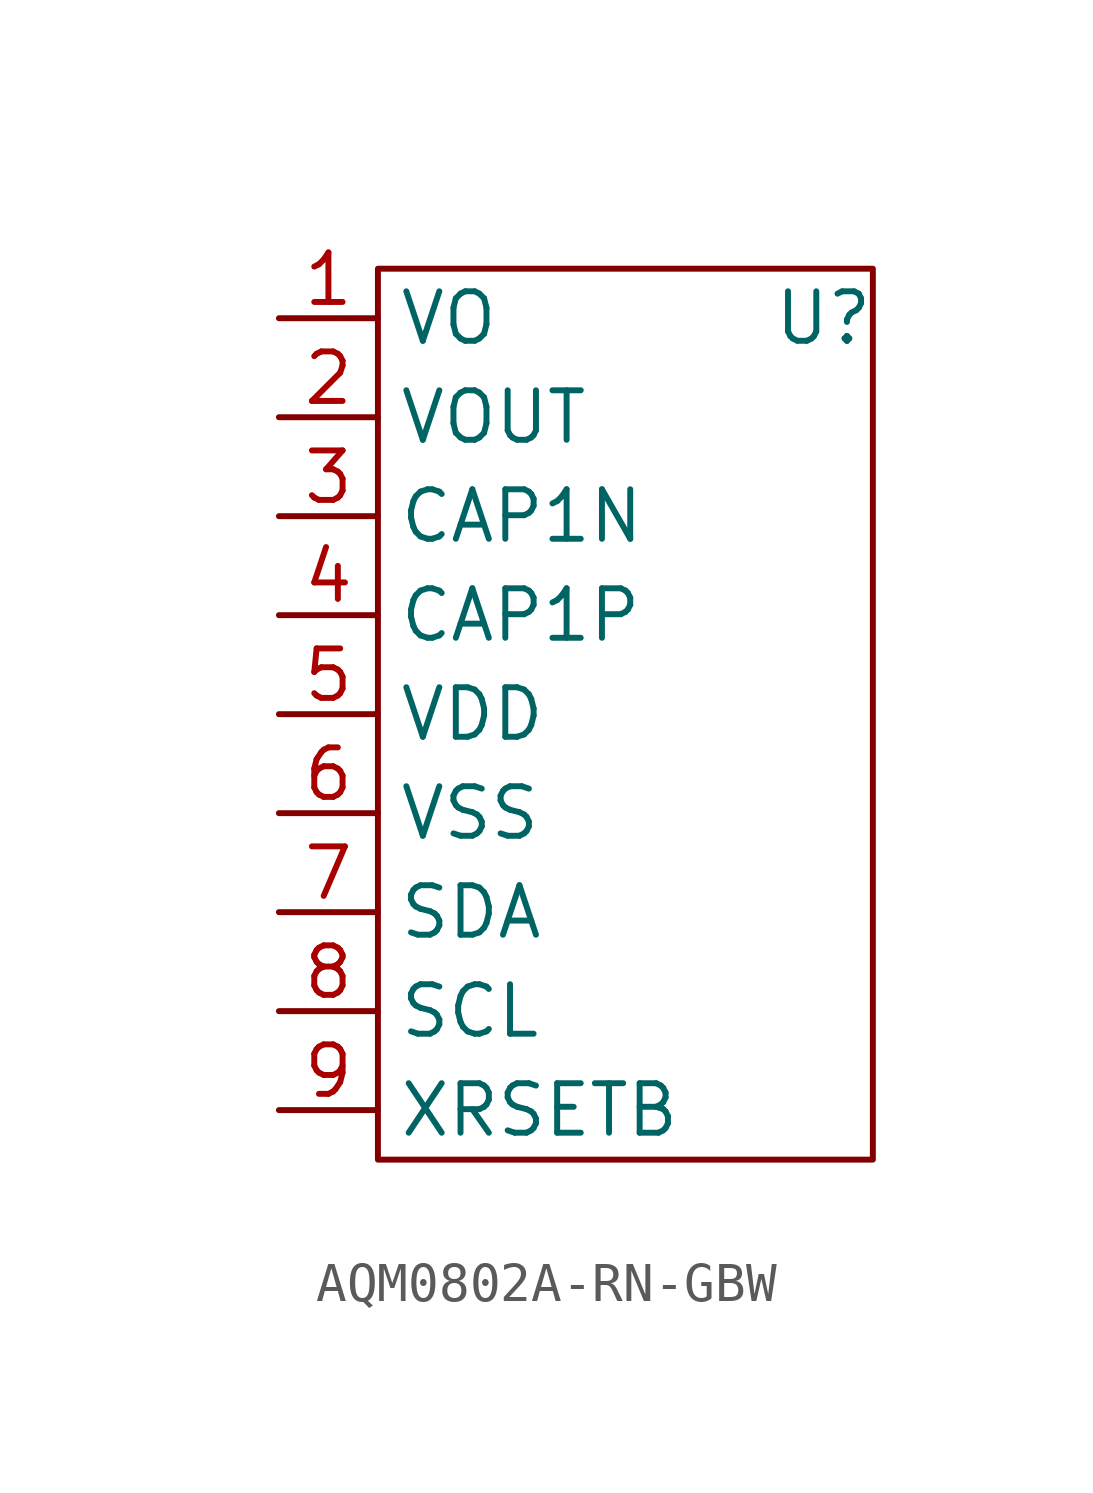
<source format=kicad_sym>
(kicad_symbol_lib
  (version 20231120)
  (generator "kicad_symbol_editor")
  (generator_version "8.0")
  (symbol "AQM0802A-RN-GBW"
    (property "Reference" "U"
      (at 11.43 10.16 0)
      (effects (font (size 1.27 1.27))))
    (property "Value" ""
      (at -3.81 8.89 0)
      (effects (font (size 1.27 1.27))))
    (symbol "AQM0802A-RN-GBW_0_1"
      (polyline (pts (xy 0 11.43) (xy 0 -11.43) (xy 12.7 -11.43) (xy 12.7 11.43) (xy 0 11.43)) (stroke (width 0) (type default)) (fill (type none))))
    (symbol "AQM0802A-RN-GBW_1_1"
      (pin input line (at -2.54 10.16 0) (length 2.54) (name "VO" (effects (font (size 1.27 1.27)))) (number "1" (effects (font (size 1.27 1.27)))))
      (pin input line (at -2.54 7.62 0) (length 2.54) (name "VOUT" (effects (font (size 1.27 1.27)))) (number "2" (effects (font (size 1.27 1.27)))))
      (pin input line (at -2.54 5.08 0) (length 2.54) (name "CAP1N" (effects (font (size 1.27 1.27)))) (number "3" (effects (font (size 1.27 1.27)))))
      (pin input line (at -2.54 2.54 0) (length 2.54) (name "CAP1P" (effects (font (size 1.27 1.27)))) (number "4" (effects (font (size 1.27 1.27)))))
      (pin power_in line (at -2.54 0 0) (length 2.54) (name "VDD" (effects (font (size 1.27 1.27)))) (number "5" (effects (font (size 1.27 1.27)))))
      (pin power_in line (at -2.54 -2.54 0) (length 2.54) (name "VSS" (effects (font (size 1.27 1.27)))) (number "6" (effects (font (size 1.27 1.27)))))
      (pin input line (at -2.54 -5.08 0) (length 2.54) (name "SDA" (effects (font (size 1.27 1.27)))) (number "7" (effects (font (size 1.27 1.27)))))
      (pin input line (at -2.54 -7.62 0) (length 2.54) (name "SCL" (effects (font (size 1.27 1.27)))) (number "8" (effects (font (size 1.27 1.27)))))
      (pin input line (at -2.54 -10.16 0) (length 2.54) (name "XRSETB" (effects (font (size 1.27 1.27)))) (number "9" (effects (font (size 1.27 1.27))))))))
</source>
